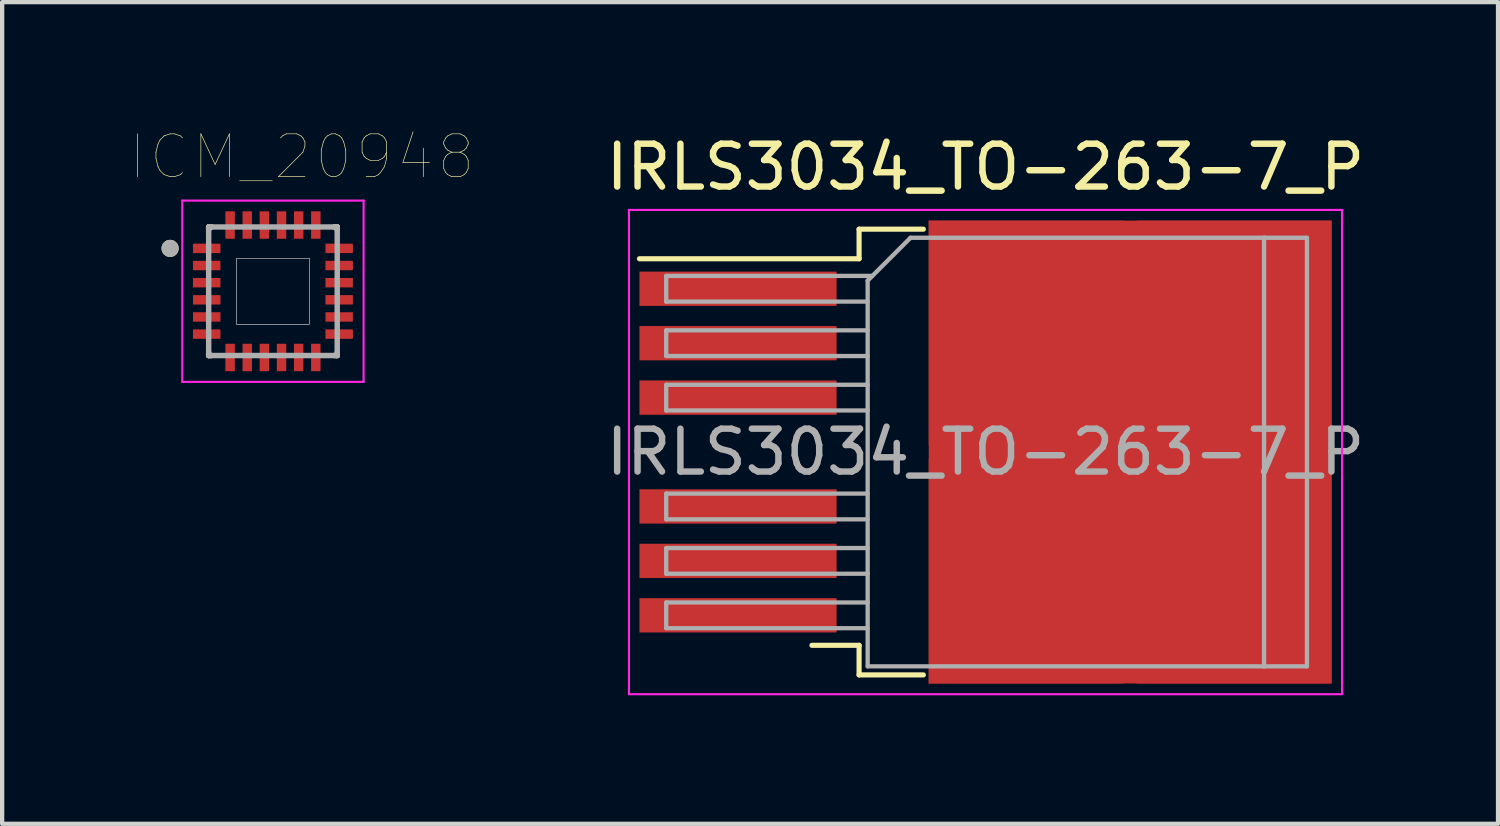
<source format=kicad_pcb>
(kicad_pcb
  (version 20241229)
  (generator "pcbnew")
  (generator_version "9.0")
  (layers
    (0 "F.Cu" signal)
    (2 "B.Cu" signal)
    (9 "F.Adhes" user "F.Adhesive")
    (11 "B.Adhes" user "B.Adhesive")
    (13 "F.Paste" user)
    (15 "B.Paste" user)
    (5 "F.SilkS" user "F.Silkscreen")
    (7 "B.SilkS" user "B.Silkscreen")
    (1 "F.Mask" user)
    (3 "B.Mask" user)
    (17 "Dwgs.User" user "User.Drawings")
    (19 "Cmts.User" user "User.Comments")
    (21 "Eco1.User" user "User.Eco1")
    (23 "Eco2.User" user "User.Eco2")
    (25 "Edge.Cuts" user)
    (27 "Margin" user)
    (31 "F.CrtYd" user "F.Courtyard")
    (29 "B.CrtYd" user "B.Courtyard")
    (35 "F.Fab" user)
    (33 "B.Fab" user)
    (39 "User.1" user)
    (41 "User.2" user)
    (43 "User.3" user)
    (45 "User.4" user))
  (footprint "ICM_20948"
    (layer "F.Cu")
    (at 3.319 3.746)
    (property "Reference" "ICM_20948" (at 0.675 -3.135 0) (layer "F.SilkS") (effects (font (size 1 1) (thickness 0.015))))
    (attr through_hole)
    (fp_line (start -1.5 -1.5) (end -1.5 -1.43) (stroke (width 0.127) (type solid)) (layer "F.SilkS"))
    (fp_line (start -1.5 1.43) (end -1.5 1.5) (stroke (width 0.127) (type solid)) (layer "F.SilkS"))
    (fp_line (start -1.5 1.5) (end -1.43 1.5) (stroke (width 0.127) (type solid)) (layer "F.SilkS"))
    (fp_line (start -1.43 -1.5) (end -1.5 -1.5) (stroke (width 0.127) (type solid)) (layer "F.SilkS"))
    (fp_line (start 1.43 1.5) (end 1.5 1.5) (stroke (width 0.127) (type solid)) (layer "F.SilkS"))
    (fp_line (start 1.5 -1.5) (end 1.43 -1.5) (stroke (width 0.127) (type solid)) (layer "F.SilkS"))
    (fp_line (start 1.5 -1.43) (end 1.5 -1.5) (stroke (width 0.127) (type solid)) (layer "F.SilkS"))
    (fp_line (start 1.5 1.5) (end 1.5 1.43) (stroke (width 0.127) (type solid)) (layer "F.SilkS"))
    (fp_circle (center -2.4 -1) (end -2.3 -1) (stroke (width 0.2) (type solid)) (fill no) (layer "F.SilkS"))
    (fp_poly (pts (xy -0.85 -0.77) (xy 0.85 -0.77) (xy 0.85 0.77) (xy -0.85 0.77)) (stroke (width 0.01) (type solid)) (fill no) (layer "Dwgs.User"))
    (fp_poly (pts (xy -0.85 -0.77) (xy 0.85 -0.77) (xy 0.85 0.77) (xy -0.85 0.77)) (stroke (width 0.01) (type solid)) (fill no) (layer "Dwgs.User"))
    (fp_line (start -2.115 -2.115) (end 2.115 -2.115) (stroke (width 0.05) (type solid)) (layer "F.CrtYd"))
    (fp_line (start -2.115 2.115) (end -2.115 -2.115) (stroke (width 0.05) (type solid)) (layer "F.CrtYd"))
    (fp_line (start 2.115 -2.115) (end 2.115 2.115) (stroke (width 0.05) (type solid)) (layer "F.CrtYd"))
    (fp_line (start 2.115 2.115) (end -2.115 2.115) (stroke (width 0.05) (type solid)) (layer "F.CrtYd"))
    (fp_line (start -1.5 -1.5) (end 1.5 -1.5) (stroke (width 0.127) (type solid)) (layer "F.Fab"))
    (fp_line (start -1.5 1.5) (end -1.5 -1.5) (stroke (width 0.127) (type solid)) (layer "F.Fab"))
    (fp_line (start 1.5 -1.5) (end 1.5 1.5) (stroke (width 0.127) (type solid)) (layer "F.Fab"))
    (fp_line (start 1.5 1.5) (end -1.5 1.5) (stroke (width 0.127) (type solid)) (layer "F.Fab"))
    (fp_circle (center -2.4 -1) (end -2.3 -1) (stroke (width 0.2) (type solid)) (fill no) (layer "F.Fab"))
    (pad "1" smd rect (at -1.545 -1) (size 0.64 0.22) (layers "F.Cu" "F.Mask" "F.Paste"))
    (pad "2" smd rect (at -1.545 -0.6) (size 0.64 0.22) (layers "F.Cu" "F.Mask" "F.Paste"))
    (pad "3" smd rect (at -1.545 -0.2) (size 0.64 0.22) (layers "F.Cu" "F.Mask" "F.Paste"))
    (pad "4" smd rect (at -1.545 0.2) (size 0.64 0.22) (layers "F.Cu" "F.Mask" "F.Paste"))
    (pad "5" smd rect (at -1.545 0.6) (size 0.64 0.22) (layers "F.Cu" "F.Mask" "F.Paste"))
    (pad "6" smd rect (at -1.545 1) (size 0.64 0.22) (layers "F.Cu" "F.Mask" "F.Paste"))
    (pad "7" smd rect (at -1 1.545) (size 0.22 0.64) (layers "F.Cu" "F.Mask" "F.Paste"))
    (pad "8" smd rect (at -0.6 1.545) (size 0.22 0.64) (layers "F.Cu" "F.Mask" "F.Paste"))
    (pad "9" smd rect (at -0.2 1.545) (size 0.22 0.64) (layers "F.Cu" "F.Mask" "F.Paste"))
    (pad "10" smd rect (at 0.2 1.545) (size 0.22 0.64) (layers "F.Cu" "F.Mask" "F.Paste"))
    (pad "11" smd rect (at 0.6 1.545) (size 0.22 0.64) (layers "F.Cu" "F.Mask" "F.Paste"))
    (pad "12" smd rect (at 1 1.545) (size 0.22 0.64) (layers "F.Cu" "F.Mask" "F.Paste"))
    (pad "13" smd rect (at 1.545 1) (size 0.64 0.22) (layers "F.Cu" "F.Mask" "F.Paste"))
    (pad "14" smd rect (at 1.545 0.6) (size 0.64 0.22) (layers "F.Cu" "F.Mask" "F.Paste"))
    (pad "15" smd rect (at 1.545 0.2) (size 0.64 0.22) (layers "F.Cu" "F.Mask" "F.Paste"))
    (pad "16" smd rect (at 1.545 -0.2) (size 0.64 0.22) (layers "F.Cu" "F.Mask" "F.Paste"))
    (pad "17" smd rect (at 1.545 -0.6) (size 0.64 0.22) (layers "F.Cu" "F.Mask" "F.Paste"))
    (pad "18" smd rect (at 1.545 -1) (size 0.64 0.22) (layers "F.Cu" "F.Mask" "F.Paste"))
    (pad "19" smd rect (at 1 -1.545) (size 0.22 0.64) (layers "F.Cu" "F.Mask" "F.Paste"))
    (pad "20" smd rect (at 0.6 -1.545) (size 0.22 0.64) (layers "F.Cu" "F.Mask" "F.Paste"))
    (pad "21" smd rect (at 0.2 -1.545) (size 0.22 0.64) (layers "F.Cu" "F.Mask" "F.Paste"))
    (pad "22" smd rect (at -0.2 -1.545) (size 0.22 0.64) (layers "F.Cu" "F.Mask" "F.Paste"))
    (pad "23" smd rect (at -0.6 -1.545) (size 0.22 0.64) (layers "F.Cu" "F.Mask" "F.Paste"))
    (pad "24" smd rect (at -1 -1.545) (size 0.22 0.64) (layers "F.Cu" "F.Mask" "F.Paste")))
  (footprint "IRLS3034_TO-263-7_P"
    (layer "F.Cu")
    (at 19.946 7.498)
    (property "Reference" "IRLS3034_TO-263-7_P" (at 0 -6.65 0) (layer "F.SilkS") (effects (font (size 1 1) (thickness 0.15))))
    (attr smd)
    (fp_line (start -2.95 -5.2) (end -2.95 -4.51) (stroke (width 0.12) (type solid)) (layer "F.SilkS"))
    (fp_line (start -2.95 -4.51) (end -8.075 -4.51) (stroke (width 0.12) (type solid)) (layer "F.SilkS"))
    (fp_line (start -2.95 4.51) (end -4.05 4.51) (stroke (width 0.12) (type solid)) (layer "F.SilkS"))
    (fp_line (start -2.95 5.2) (end -2.95 4.51) (stroke (width 0.12) (type solid)) (layer "F.SilkS"))
    (fp_line (start -1.45 -5.2) (end -2.95 -5.2) (stroke (width 0.12) (type solid)) (layer "F.SilkS"))
    (fp_line (start -1.45 5.2) (end -2.95 5.2) (stroke (width 0.12) (type solid)) (layer "F.SilkS"))
    (fp_line (start -8.32 -5.65) (end -8.32 5.65) (stroke (width 0.05) (type solid)) (layer "F.CrtYd"))
    (fp_line (start -8.32 5.65) (end 8.32 5.65) (stroke (width 0.05) (type solid)) (layer "F.CrtYd"))
    (fp_line (start 8.32 -5.65) (end -8.32 -5.65) (stroke (width 0.05) (type solid)) (layer "F.CrtYd"))
    (fp_line (start 8.32 5.65) (end 8.32 -5.65) (stroke (width 0.05) (type solid)) (layer "F.CrtYd"))
    (fp_line (start -7.45 -4.11) (end -7.45 -3.51) (stroke (width 0.1) (type solid)) (layer "F.Fab"))
    (fp_line (start -7.45 -3.51) (end -2.75 -3.51) (stroke (width 0.1) (type solid)) (layer "F.Fab"))
    (fp_line (start -7.45 -2.84) (end -7.45 -2.24) (stroke (width 0.1) (type solid)) (layer "F.Fab"))
    (fp_line (start -7.45 -2.24) (end -2.75 -2.24) (stroke (width 0.1) (type solid)) (layer "F.Fab"))
    (fp_line (start -7.45 -1.57) (end -7.45 -0.97) (stroke (width 0.1) (type solid)) (layer "F.Fab"))
    (fp_line (start -7.45 -0.97) (end -2.75 -0.97) (stroke (width 0.1) (type solid)) (layer "F.Fab"))
    (fp_line (start -7.45 0.97) (end -7.45 1.57) (stroke (width 0.1) (type solid)) (layer "F.Fab"))
    (fp_line (start -7.45 1.57) (end -2.75 1.57) (stroke (width 0.1) (type solid)) (layer "F.Fab"))
    (fp_line (start -7.45 2.24) (end -7.45 2.84) (stroke (width 0.1) (type solid)) (layer "F.Fab"))
    (fp_line (start -7.45 2.84) (end -2.75 2.84) (stroke (width 0.1) (type solid)) (layer "F.Fab"))
    (fp_line (start -7.45 3.51) (end -7.45 4.11) (stroke (width 0.1) (type solid)) (layer "F.Fab"))
    (fp_line (start -7.45 4.11) (end -2.75 4.11) (stroke (width 0.1) (type solid)) (layer "F.Fab"))
    (fp_line (start -2.75 -4) (end -1.75 -5) (stroke (width 0.1) (type solid)) (layer "F.Fab"))
    (fp_line (start -2.75 -2.84) (end -7.45 -2.84) (stroke (width 0.1) (type solid)) (layer "F.Fab"))
    (fp_line (start -2.75 -1.57) (end -7.45 -1.57) (stroke (width 0.1) (type solid)) (layer "F.Fab"))
    (fp_line (start -2.75 0.97) (end -7.45 0.97) (stroke (width 0.1) (type solid)) (layer "F.Fab"))
    (fp_line (start -2.75 2.24) (end -7.45 2.24) (stroke (width 0.1) (type solid)) (layer "F.Fab"))
    (fp_line (start -2.75 3.51) (end -7.45 3.51) (stroke (width 0.1) (type solid)) (layer "F.Fab"))
    (fp_line (start -2.75 5) (end -2.75 -4) (stroke (width 0.1) (type solid)) (layer "F.Fab"))
    (fp_line (start -2.64 -4.11) (end -7.45 -4.11) (stroke (width 0.1) (type solid)) (layer "F.Fab"))
    (fp_line (start -1.75 -5) (end 6.5 -5) (stroke (width 0.1) (type solid)) (layer "F.Fab"))
    (fp_line (start 6.5 -5) (end 6.5 5) (stroke (width 0.1) (type solid)) (layer "F.Fab"))
    (fp_line (start 6.5 -5) (end 7.5 -5) (stroke (width 0.1) (type solid)) (layer "F.Fab"))
    (fp_line (start 6.5 5) (end -2.75 5) (stroke (width 0.1) (type solid)) (layer "F.Fab"))
    (fp_line (start 7.5 -5) (end 7.5 5) (stroke (width 0.1) (type solid)) (layer "F.Fab"))
    (fp_line (start 7.5 5) (end 6.5 5) (stroke (width 0.1) (type solid)) (layer "F.Fab"))
    (fp_text user "${REFERENCE}" (at 0 0 0) (layer "F.Fab") (effects (font (size 1 1) (thickness 0.15))))
    (pad "1" smd rect (at -5.775 -3.81) (size 4.6 0.8) (layers "F.Cu" "F.Mask" "F.Paste"))
    (pad "2" smd rect (at 0.95 -2.775) (size 4.55 5.25) (layers "F.Cu" "F.Paste"))
    (pad "2" smd rect (at 0.95 2.775) (size 4.55 5.25) (layers "F.Cu" "F.Paste"))
    (pad "2" smd rect (at 3.375 0) (size 9.4 10.8) (layers "F.Cu" "F.Mask"))
    (pad "2" smd rect (at 5.8 -2.775) (size 4.55 5.25) (layers "F.Cu" "F.Paste"))
    (pad "2" smd rect (at 5.8 2.775) (size 4.55 5.25) (layers "F.Cu" "F.Paste"))
    (pad "3" smd rect (at -5.775 -2.54) (size 4.6 0.8) (layers "F.Cu" "F.Mask" "F.Paste"))
    (pad "3" smd rect (at -5.775 -1.27) (size 4.6 0.8) (layers "F.Cu" "F.Mask" "F.Paste"))
    (pad "3" smd rect (at -5.775 1.27) (size 4.6 0.8) (layers "F.Cu" "F.Mask" "F.Paste"))
    (pad "3" smd rect (at -5.775 2.54) (size 4.6 0.8) (layers "F.Cu" "F.Mask" "F.Paste"))
    (pad "3" smd rect (at -5.775 3.81) (size 4.6 0.8) (layers "F.Cu" "F.Mask" "F.Paste")))
  (gr_rect
    (start -3 -3)
    (end 31.905 16.173)
    (stroke (width 0.1) (type default))
    (fill no)
    (layer "Edge.Cuts")))
</source>
